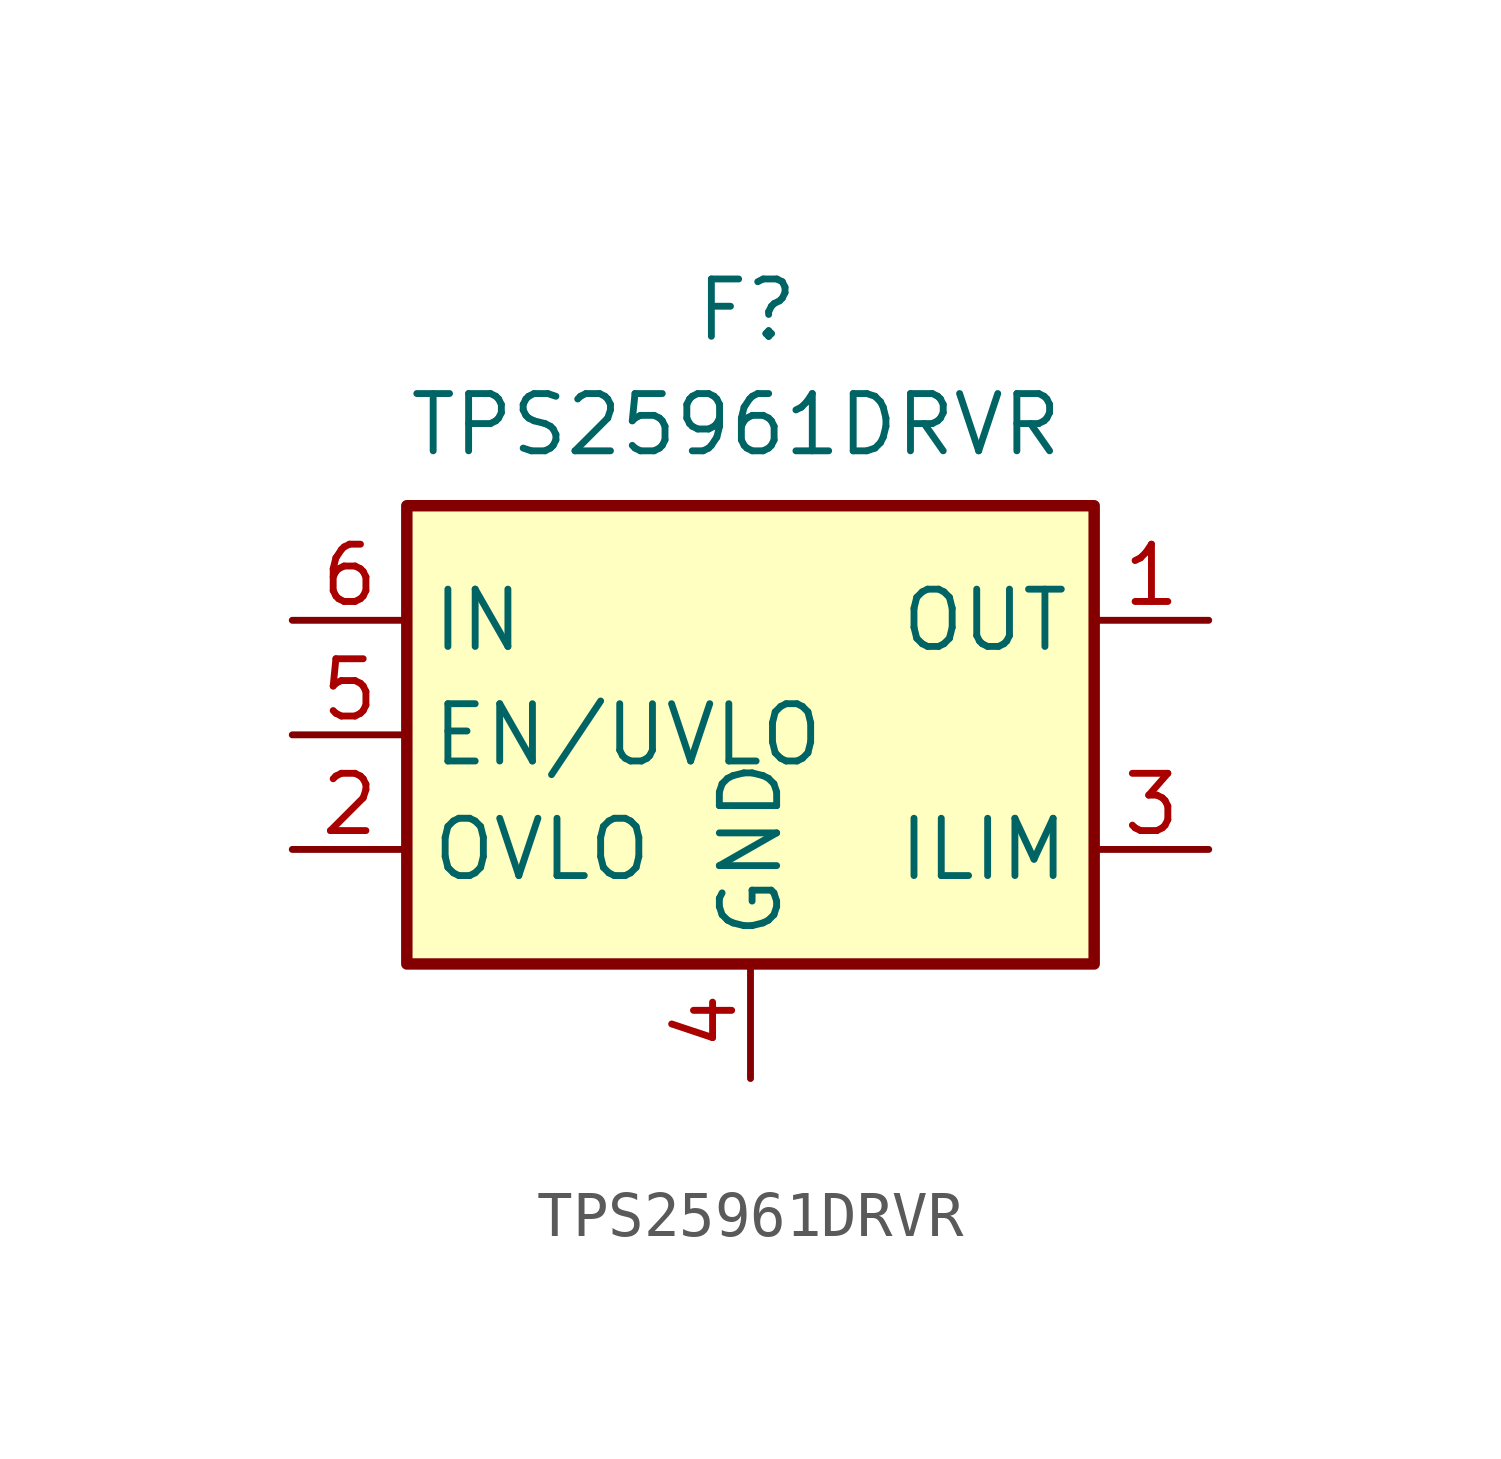
<source format=kicad_sym>
(kicad_symbol_lib
  (version 20220914)
  (generator kicad_symbol_editor)
  (symbol "TPS25961DRVR"
    (property "Reference" "F"
      (at 0 10.16 0)
      (effects (font (size 1.27 1.27)) (justify left top)))
    (property "Value" "TPS25961DRVR"
      (at -6.35 7.62 0)
      (effects (font (size 1.27 1.27)) (justify left top)))
    (symbol "TPS25961DRVR_0_1"
      (rectangle (start -6.35 5.08) (end 8.89 -5.08) (stroke (width 0.254) (type default)) (fill (type background))))
    (symbol "TPS25961DRVR_1_1"
      (pin output line (at 11.43 2.54 180) (length 2.54) (name "OUT" (effects (font (size 1.27 1.27)))) (number "1" (effects (font (size 1.27 1.27)))))
      (pin input line (at -8.89 -2.54 0) (length 2.54) (name "OVLO" (effects (font (size 1.27 1.27)))) (number "2" (effects (font (size 1.27 1.27)))))
      (pin output line (at 11.43 -2.54 180) (length 2.54) (name "ILIM" (effects (font (size 1.27 1.27)))) (number "3" (effects (font (size 1.27 1.27)))))
      (pin power_in line (at 1.27 -7.62 90) (length 2.54) (name "GND" (effects (font (size 1.27 1.27)))) (number "4" (effects (font (size 1.27 1.27)))))
      (pin input line (at -8.89 0 0) (length 2.54) (name "EN/UVLO" (effects (font (size 1.27 1.27)))) (number "5" (effects (font (size 1.27 1.27)))))
      (pin power_in line (at -8.89 2.54 0) (length 2.54) (name "IN" (effects (font (size 1.27 1.27)))) (number "6" (effects (font (size 1.27 1.27)))))
      (pin power_in line (at 1.27 -7.62 90) (length 2.54) hide (name "PAD" (effects (font (size 1.27 1.27)))) (number "7" (effects (font (size 1.27 1.27))))))))
</source>
